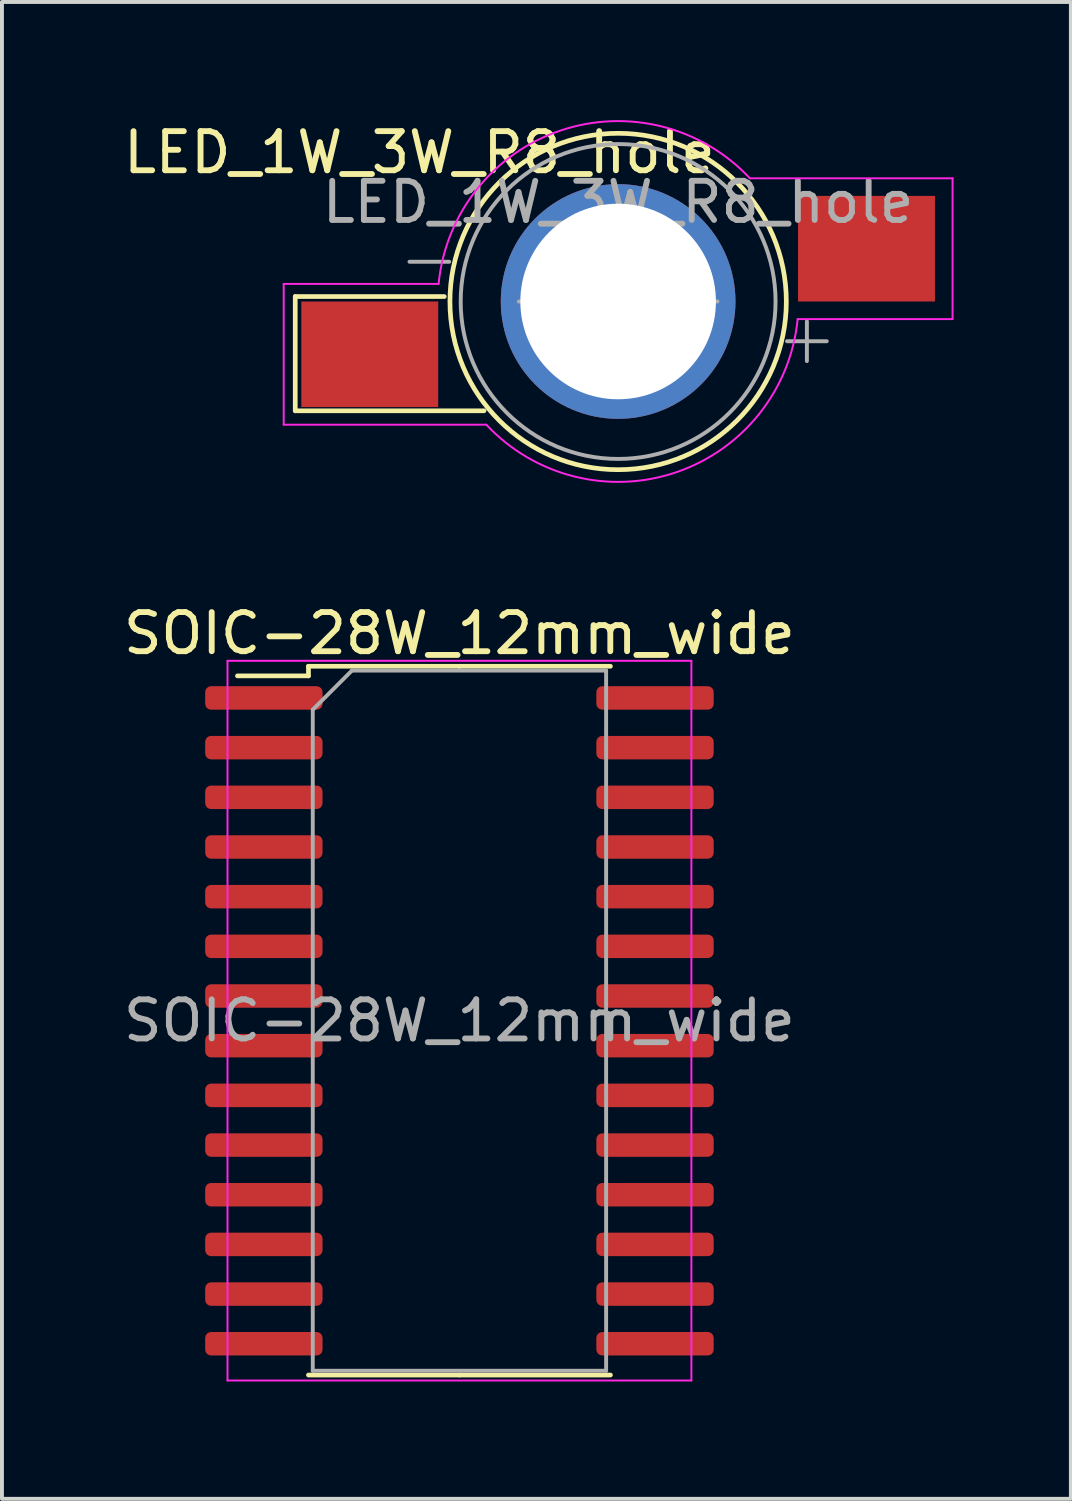
<source format=kicad_pcb>
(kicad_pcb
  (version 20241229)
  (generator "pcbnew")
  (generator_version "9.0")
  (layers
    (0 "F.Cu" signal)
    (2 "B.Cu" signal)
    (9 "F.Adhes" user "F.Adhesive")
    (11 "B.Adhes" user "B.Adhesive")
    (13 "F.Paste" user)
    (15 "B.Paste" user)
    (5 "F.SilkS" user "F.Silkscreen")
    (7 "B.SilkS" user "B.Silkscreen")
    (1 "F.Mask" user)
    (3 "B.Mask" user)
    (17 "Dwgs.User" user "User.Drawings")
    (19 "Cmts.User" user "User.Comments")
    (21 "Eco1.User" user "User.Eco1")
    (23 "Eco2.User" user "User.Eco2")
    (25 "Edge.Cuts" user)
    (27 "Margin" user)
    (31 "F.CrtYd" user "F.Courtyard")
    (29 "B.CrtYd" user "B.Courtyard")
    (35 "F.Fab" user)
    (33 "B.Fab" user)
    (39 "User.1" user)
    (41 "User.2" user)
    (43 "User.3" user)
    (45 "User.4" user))
  (footprint "LED_1W_3W_R8_hole"
    (layer "F.Cu")
    (at 12.753 4.658)
    (property "Reference" "LED_1W_3W_R8_hole" (at -5.08 -3.81 0) (layer "F.SilkS") (effects (font (size 1 1) (thickness 0.15))))
    (attr smd)
    (fp_line (start -8.255 -0.127) (end -8.255 2.794) (stroke (width 0.12) (type solid)) (layer "F.SilkS"))
    (fp_line (start -8.255 2.794) (end -3.429 2.794) (stroke (width 0.12) (type solid)) (layer "F.SilkS"))
    (fp_line (start -4.445 -0.127) (end -8.255 -0.127) (stroke (width 0.12) (type solid)) (layer "F.SilkS"))
    (fp_circle (center 0 0) (end -4.3 0) (stroke (width 0.12) (type solid)) (fill no) (layer "F.SilkS"))
    (fp_line (start -8.55 -0.45) (end -8.55 3.15) (stroke (width 0.05) (type solid)) (layer "F.CrtYd"))
    (fp_line (start -8.55 3.15) (end -3.37 3.15) (stroke (width 0.05) (type solid)) (layer "F.CrtYd"))
    (fp_line (start -4.59 -0.45) (end -8.55 -0.45) (stroke (width 0.05) (type solid)) (layer "F.CrtYd"))
    (fp_line (start 3.37 -3.15) (end 8.55 -3.15) (stroke (width 0.05) (type solid)) (layer "F.CrtYd"))
    (fp_line (start 8.55 -3.15) (end 8.55 0.45) (stroke (width 0.05) (type solid)) (layer "F.CrtYd"))
    (fp_line (start 8.55 0.45) (end 4.59 0.45) (stroke (width 0.05) (type solid)) (layer "F.CrtYd"))
    (fp_arc (start -4.59 -0.45) (mid -1.481265 -4.36766) (end 3.369303 -3.149349) (stroke (width 0.05) (type solid)) (layer "F.CrtYd"))
    (fp_arc (start 4.59 0.45) (mid 1.481265 4.36766) (end -3.369303 3.149349) (stroke (width 0.05) (type solid)) (layer "F.CrtYd"))
    (fp_line (start -5.334 -1.016) (end -4.318 -1.016) (stroke (width 0.1) (type solid)) (layer "F.Fab"))
    (fp_line (start -2.54 0) (end -1.27 0) (stroke (width 0.1) (type solid)) (layer "F.Fab"))
    (fp_line (start -1.27 -1.27) (end -1.27 1.27) (stroke (width 0.1) (type solid)) (layer "F.Fab"))
    (fp_line (start -1.27 0) (end 1.27 -1.27) (stroke (width 0.1) (type solid)) (layer "F.Fab"))
    (fp_line (start -1.27 0) (end 1.27 1.27) (stroke (width 0.1) (type solid)) (layer "F.Fab"))
    (fp_line (start 1.27 -1.27) (end 1.27 1.27) (stroke (width 0.1) (type solid)) (layer "F.Fab"))
    (fp_line (start 1.27 0) (end 2.54 0) (stroke (width 0.1) (type solid)) (layer "F.Fab"))
    (fp_line (start 1.27 1.27) (end 1.27 0) (stroke (width 0.1) (type solid)) (layer "F.Fab"))
    (fp_line (start 4.318 1.016) (end 5.334 1.016) (stroke (width 0.1) (type solid)) (layer "F.Fab"))
    (fp_line (start 4.826 1.524) (end 4.826 0.508) (stroke (width 0.1) (type solid)) (layer "F.Fab"))
    (fp_circle (center 0 0) (end 4.025 0) (stroke (width 0.1) (type solid)) (fill no) (layer "F.Fab"))
    (fp_text user "${REFERENCE}" (at 0 -2.54 0) (layer "F.Fab") (effects (font (size 1 1) (thickness 0.15))))
    (pad "1" smd rect (at -6.35 1.35) (size 3.5 2.7) (layers "F.Cu" "F.Mask" "F.Paste"))
    (pad "2" smd rect (at 6.35 -1.35) (size 3.5 2.7) (layers "F.Cu" "F.Mask" "F.Paste"))
    (pad "3" thru_hole circle (at 0 0) (size 6 6) (drill 5) (layers "*.Cu" "*.Mask")))
  (footprint "SOIC-28W_12mm_wide"
    (layer "F.Cu")
    (at 8.696 23.044)
    (property "Reference" "SOIC-28W_12mm_wide" (at 0 -9.9 0) (layer "F.SilkS") (effects (font (size 1 1) (thickness 0.15))))
    (attr smd)
    (fp_line (start -3.86 -9.06) (end -3.86 -8.815) (stroke (width 0.12) (type solid)) (layer "F.SilkS"))
    (fp_line (start -3.86 -8.815) (end -5.675 -8.815) (stroke (width 0.12) (type solid)) (layer "F.SilkS"))
    (fp_line (start 0 -9.06) (end -3.86 -9.06) (stroke (width 0.12) (type solid)) (layer "F.SilkS"))
    (fp_line (start 0 -9.06) (end 3.86 -9.06) (stroke (width 0.12) (type solid)) (layer "F.SilkS"))
    (fp_line (start 0 9.06) (end -3.86 9.06) (stroke (width 0.12) (type solid)) (layer "F.SilkS"))
    (fp_line (start 0 9.06) (end 3.86 9.06) (stroke (width 0.12) (type solid)) (layer "F.SilkS"))
    (fp_line (start -5.93 -9.2) (end -5.93 9.2) (stroke (width 0.05) (type solid)) (layer "F.CrtYd"))
    (fp_line (start -5.93 9.2) (end 5.93 9.2) (stroke (width 0.05) (type solid)) (layer "F.CrtYd"))
    (fp_line (start 5.93 -9.2) (end -5.93 -9.2) (stroke (width 0.05) (type solid)) (layer "F.CrtYd"))
    (fp_line (start 5.93 9.2) (end 5.93 -9.2) (stroke (width 0.05) (type solid)) (layer "F.CrtYd"))
    (fp_line (start -3.75 -7.95) (end -2.75 -8.95) (stroke (width 0.1) (type solid)) (layer "F.Fab"))
    (fp_line (start -3.75 8.95) (end -3.75 -7.95) (stroke (width 0.1) (type solid)) (layer "F.Fab"))
    (fp_line (start -2.75 -8.95) (end 3.75 -8.95) (stroke (width 0.1) (type solid)) (layer "F.Fab"))
    (fp_line (start 3.75 -8.95) (end 3.75 8.95) (stroke (width 0.1) (type solid)) (layer "F.Fab"))
    (fp_line (start 3.75 8.95) (end -3.75 8.95) (stroke (width 0.1) (type solid)) (layer "F.Fab"))
    (fp_text user "${REFERENCE}" (at 0 0 0) (layer "F.Fab") (effects (font (size 1 1) (thickness 0.15))))
    (pad "1" smd roundrect (at -5 -8.25) (size 3 0.6) (layers "F.Cu" "F.Mask" "F.Paste") (roundrect_rratio 0.25))
    (pad "2" smd roundrect (at -5 -6.98) (size 3 0.6) (layers "F.Cu" "F.Mask" "F.Paste") (roundrect_rratio 0.25))
    (pad "3" smd roundrect (at -5 -5.71) (size 3 0.6) (layers "F.Cu" "F.Mask" "F.Paste") (roundrect_rratio 0.25))
    (pad "4" smd roundrect (at -5 -4.44) (size 3 0.6) (layers "F.Cu" "F.Mask" "F.Paste") (roundrect_rratio 0.25))
    (pad "5" smd roundrect (at -5 -3.17) (size 3 0.6) (layers "F.Cu" "F.Mask" "F.Paste") (roundrect_rratio 0.25))
    (pad "6" smd roundrect (at -5 -1.9) (size 3 0.6) (layers "F.Cu" "F.Mask" "F.Paste") (roundrect_rratio 0.25))
    (pad "7" smd roundrect (at -5 -0.63) (size 3 0.6) (layers "F.Cu" "F.Mask" "F.Paste") (roundrect_rratio 0.25))
    (pad "8" smd roundrect (at -5 0.64) (size 3 0.6) (layers "F.Cu" "F.Mask" "F.Paste") (roundrect_rratio 0.25))
    (pad "9" smd roundrect (at -5 1.91) (size 3 0.6) (layers "F.Cu" "F.Mask" "F.Paste") (roundrect_rratio 0.25))
    (pad "10" smd roundrect (at -5 3.18) (size 3 0.6) (layers "F.Cu" "F.Mask" "F.Paste") (roundrect_rratio 0.25))
    (pad "11" smd roundrect (at -5 4.45) (size 3 0.6) (layers "F.Cu" "F.Mask" "F.Paste") (roundrect_rratio 0.25))
    (pad "12" smd roundrect (at -5 5.72) (size 3 0.6) (layers "F.Cu" "F.Mask" "F.Paste") (roundrect_rratio 0.25))
    (pad "13" smd roundrect (at -5 6.99) (size 3 0.6) (layers "F.Cu" "F.Mask" "F.Paste") (roundrect_rratio 0.25))
    (pad "14" smd roundrect (at -5 8.26) (size 3 0.6) (layers "F.Cu" "F.Mask" "F.Paste") (roundrect_rratio 0.25))
    (pad "15" smd roundrect (at 5 8.26) (size 3 0.6) (layers "F.Cu" "F.Mask" "F.Paste") (roundrect_rratio 0.25))
    (pad "16" smd roundrect (at 5 6.99) (size 3 0.6) (layers "F.Cu" "F.Mask" "F.Paste") (roundrect_rratio 0.25))
    (pad "17" smd roundrect (at 5 5.72) (size 3 0.6) (layers "F.Cu" "F.Mask" "F.Paste") (roundrect_rratio 0.25))
    (pad "18" smd roundrect (at 5 4.45) (size 3 0.6) (layers "F.Cu" "F.Mask" "F.Paste") (roundrect_rratio 0.25))
    (pad "19" smd roundrect (at 5 3.18) (size 3 0.6) (layers "F.Cu" "F.Mask" "F.Paste") (roundrect_rratio 0.25))
    (pad "20" smd roundrect (at 5 1.91) (size 3 0.6) (layers "F.Cu" "F.Mask" "F.Paste") (roundrect_rratio 0.25))
    (pad "21" smd roundrect (at 5 0.64) (size 3 0.6) (layers "F.Cu" "F.Mask" "F.Paste") (roundrect_rratio 0.25))
    (pad "22" smd roundrect (at 5 -0.63) (size 3 0.6) (layers "F.Cu" "F.Mask" "F.Paste") (roundrect_rratio 0.25))
    (pad "23" smd roundrect (at 5 -1.9) (size 3 0.6) (layers "F.Cu" "F.Mask" "F.Paste") (roundrect_rratio 0.25))
    (pad "24" smd roundrect (at 5 -3.17) (size 3 0.6) (layers "F.Cu" "F.Mask" "F.Paste") (roundrect_rratio 0.25))
    (pad "25" smd roundrect (at 5 -4.44) (size 3 0.6) (layers "F.Cu" "F.Mask" "F.Paste") (roundrect_rratio 0.25))
    (pad "26" smd roundrect (at 5 -5.71) (size 3 0.6) (layers "F.Cu" "F.Mask" "F.Paste") (roundrect_rratio 0.25))
    (pad "27" smd roundrect (at 5 -6.98) (size 3 0.6) (layers "F.Cu" "F.Mask" "F.Paste") (roundrect_rratio 0.25))
    (pad "28" smd roundrect (at 5 -8.25) (size 3 0.6) (layers "F.Cu" "F.Mask" "F.Paste") (roundrect_rratio 0.25)))
  (gr_rect
    (start -3 -3)
    (end 24.328 35.269)
    (stroke (width 0.1) (type default))
    (fill no)
    (layer "Edge.Cuts")))
</source>
